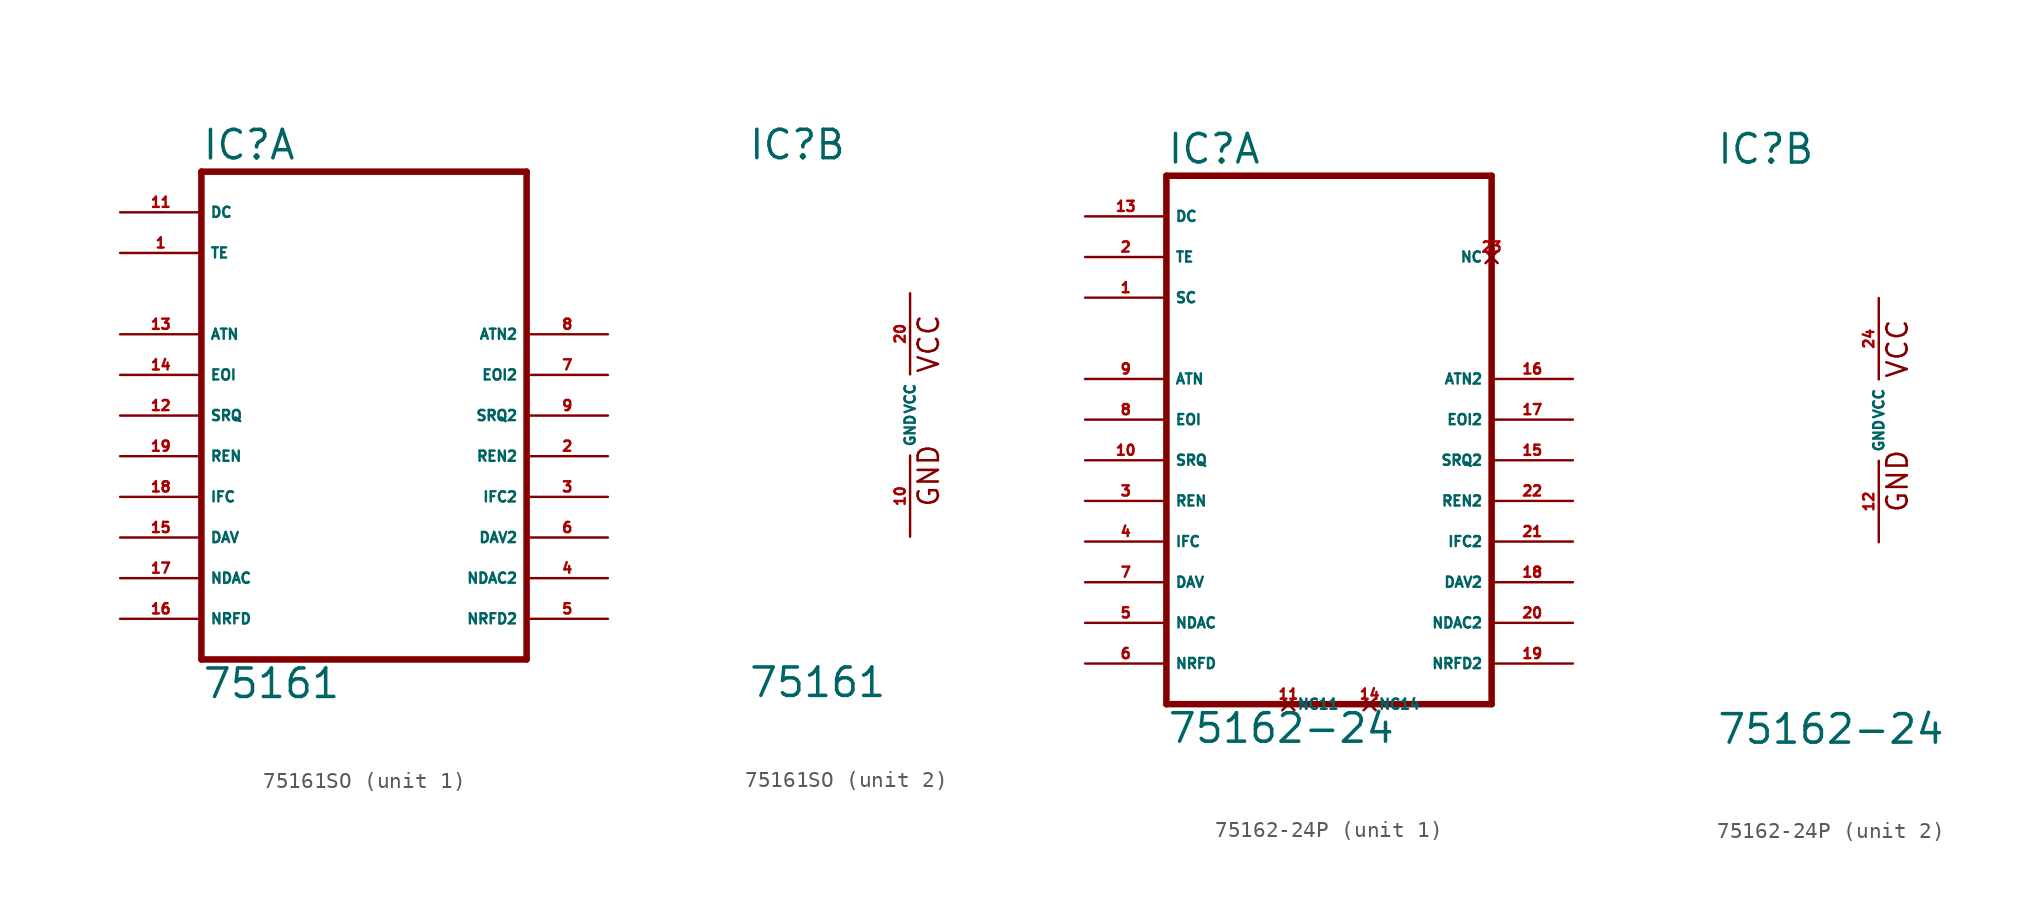
<source format=kicad_sym>
(kicad_symbol_lib
  (version 20220914)
  (generator Eagle2Kicad)
  (symbol "75161SO"
    (property "Reference" "IC"
      (at -10.16 15.875 0)
      (effects (font (size 1.778 1.778) (thickness 0.22)) (justify left bottom)))
    (property "Value" "75161"
      (at -10.16 -17.78 0)
      (effects (font (size 1.778 1.778) (thickness 0.22)) (justify left bottom)))
    (symbol "75161SO_1_0"
      (polyline (pts (xy -10.16 -15.24) (xy 10.16 -15.24)) (stroke (width 0.406) (type default)) (fill (type none)))
      (polyline (pts (xy 10.16 15.24) (xy 10.16 -15.24)) (stroke (width 0.406) (type default)) (fill (type none)))
      (polyline (pts (xy 10.16 15.24) (xy -10.16 15.24)) (stroke (width 0.406) (type default)) (fill (type none)))
      (polyline (pts (xy -10.16 -15.24) (xy -10.16 15.24)) (stroke (width 0.406) (type default)) (fill (type none)))
      (pin input line (at -15.24 12.7 0) (length 5.08) (name "DC" (effects (font (size 0.635 0.635) (thickness 0.08)) (justify left bottom))) (number "11" (effects (font (size 0.635 0.635) (thickness 0.08)) (justify left bottom))))
      (pin input line (at -15.24 10.16 0) (length 5.08) (name "TE" (effects (font (size 0.635 0.635) (thickness 0.08)) (justify left bottom))) (number "1" (effects (font (size 0.635 0.635) (thickness 0.08)) (justify left bottom))))
      (pin bidirectional line (at -15.24 5.08 0) (length 5.08) (name "ATN" (effects (font (size 0.635 0.635) (thickness 0.08)) (justify left bottom))) (number "13" (effects (font (size 0.635 0.635) (thickness 0.08)) (justify left bottom))))
      (pin bidirectional line (at -15.24 2.54 0) (length 5.08) (name "EOI" (effects (font (size 0.635 0.635) (thickness 0.08)) (justify left bottom))) (number "14" (effects (font (size 0.635 0.635) (thickness 0.08)) (justify left bottom))))
      (pin bidirectional line (at -15.24 0 0) (length 5.08) (name "SRQ" (effects (font (size 0.635 0.635) (thickness 0.08)) (justify left bottom))) (number "12" (effects (font (size 0.635 0.635) (thickness 0.08)) (justify left bottom))))
      (pin bidirectional line (at -15.24 -2.54 0) (length 5.08) (name "REN" (effects (font (size 0.635 0.635) (thickness 0.08)) (justify left bottom))) (number "19" (effects (font (size 0.635 0.635) (thickness 0.08)) (justify left bottom))))
      (pin bidirectional line (at -15.24 -5.08 0) (length 5.08) (name "IFC" (effects (font (size 0.635 0.635) (thickness 0.08)) (justify left bottom))) (number "18" (effects (font (size 0.635 0.635) (thickness 0.08)) (justify left bottom))))
      (pin bidirectional line (at -15.24 -7.62 0) (length 5.08) (name "DAV" (effects (font (size 0.635 0.635) (thickness 0.08)) (justify left bottom))) (number "15" (effects (font (size 0.635 0.635) (thickness 0.08)) (justify left bottom))))
      (pin bidirectional line (at -15.24 -10.16 0) (length 5.08) (name "NDAC" (effects (font (size 0.635 0.635) (thickness 0.08)) (justify left bottom))) (number "17" (effects (font (size 0.635 0.635) (thickness 0.08)) (justify left bottom))))
      (pin bidirectional line (at -15.24 -12.7 0) (length 5.08) (name "NRFD" (effects (font (size 0.635 0.635) (thickness 0.08)) (justify left bottom))) (number "16" (effects (font (size 0.635 0.635) (thickness 0.08)) (justify left bottom))))
      (pin bidirectional line (at 15.24 5.08 180) (length 5.08) (name "ATN2" (effects (font (size 0.635 0.635) (thickness 0.08)) (justify left bottom))) (number "8" (effects (font (size 0.635 0.635) (thickness 0.08)) (justify left bottom))))
      (pin bidirectional line (at 15.24 2.54 180) (length 5.08) (name "EOI2" (effects (font (size 0.635 0.635) (thickness 0.08)) (justify left bottom))) (number "7" (effects (font (size 0.635 0.635) (thickness 0.08)) (justify left bottom))))
      (pin bidirectional line (at 15.24 0 180) (length 5.08) (name "SRQ2" (effects (font (size 0.635 0.635) (thickness 0.08)) (justify left bottom))) (number "9" (effects (font (size 0.635 0.635) (thickness 0.08)) (justify left bottom))))
      (pin bidirectional line (at 15.24 -2.54 180) (length 5.08) (name "REN2" (effects (font (size 0.635 0.635) (thickness 0.08)) (justify left bottom))) (number "2" (effects (font (size 0.635 0.635) (thickness 0.08)) (justify left bottom))))
      (pin bidirectional line (at 15.24 -5.08 180) (length 5.08) (name "IFC2" (effects (font (size 0.635 0.635) (thickness 0.08)) (justify left bottom))) (number "3" (effects (font (size 0.635 0.635) (thickness 0.08)) (justify left bottom))))
      (pin bidirectional line (at 15.24 -7.62 180) (length 5.08) (name "DAV2" (effects (font (size 0.635 0.635) (thickness 0.08)) (justify left bottom))) (number "6" (effects (font (size 0.635 0.635) (thickness 0.08)) (justify left bottom))))
      (pin bidirectional line (at 15.24 -10.16 180) (length 5.08) (name "NDAC2" (effects (font (size 0.635 0.635) (thickness 0.08)) (justify left bottom))) (number "4" (effects (font (size 0.635 0.635) (thickness 0.08)) (justify left bottom))))
      (pin bidirectional line (at 15.24 -12.7 180) (length 5.08) (name "NRFD2" (effects (font (size 0.635 0.635) (thickness 0.08)) (justify left bottom))) (number "5" (effects (font (size 0.635 0.635) (thickness 0.08)) (justify left bottom)))))
    (symbol "75161SO_2_0"
      (text "GND" (at 1.905 -5.842 900) (effects (font (size 1.27 1.27) (thickness 0.16)) (justify left bottom)))
      (text "VCC" (at 1.905 2.54 900) (effects (font (size 1.27 1.27) (thickness 0.16)) (justify left bottom)))
      (pin unspecified line (at 0 -7.62 90) (length 5.08) (name "GND" (effects (font (size 0.635 0.635) (thickness 0.08)) (justify left bottom))) (number "10" (effects (font (size 0.635 0.635) (thickness 0.08)) (justify left bottom))))
      (pin unspecified line (at 0 7.62 270) (length 5.08) (name "VCC" (effects (font (size 0.635 0.635) (thickness 0.08)) (justify left bottom))) (number "20" (effects (font (size 0.635 0.635) (thickness 0.08)) (justify left bottom))))))
  (symbol "75162-24P"
    (property "Reference" "IC"
      (at -10.16 15.875 0)
      (effects (font (size 1.778 1.778) (thickness 0.22)) (justify left bottom)))
    (property "Value" "75162-24"
      (at -10.16 -20.32 0)
      (effects (font (size 1.778 1.778) (thickness 0.22)) (justify left bottom)))
    (symbol "75162-24P_1_0"
      (polyline (pts (xy -10.16 -17.78) (xy 10.16 -17.78)) (stroke (width 0.406) (type default)) (fill (type none)))
      (polyline (pts (xy 10.16 15.24) (xy 10.16 -17.78)) (stroke (width 0.406) (type default)) (fill (type none)))
      (polyline (pts (xy 10.16 15.24) (xy -10.16 15.24)) (stroke (width 0.406) (type default)) (fill (type none)))
      (polyline (pts (xy -10.16 -17.78) (xy -10.16 15.24)) (stroke (width 0.406) (type default)) (fill (type none)))
      (pin input line (at -15.24 12.7 0) (length 5.08) (name "DC" (effects (font (size 0.635 0.635) (thickness 0.08)) (justify left bottom))) (number "13" (effects (font (size 0.635 0.635) (thickness 0.08)) (justify left bottom))))
      (pin input line (at -15.24 10.16 0) (length 5.08) (name "TE" (effects (font (size 0.635 0.635) (thickness 0.08)) (justify left bottom))) (number "2" (effects (font (size 0.635 0.635) (thickness 0.08)) (justify left bottom))))
      (pin bidirectional line (at -15.24 2.54 0) (length 5.08) (name "ATN" (effects (font (size 0.635 0.635) (thickness 0.08)) (justify left bottom))) (number "9" (effects (font (size 0.635 0.635) (thickness 0.08)) (justify left bottom))))
      (pin bidirectional line (at -15.24 0 0) (length 5.08) (name "EOI" (effects (font (size 0.635 0.635) (thickness 0.08)) (justify left bottom))) (number "8" (effects (font (size 0.635 0.635) (thickness 0.08)) (justify left bottom))))
      (pin bidirectional line (at -15.24 -2.54 0) (length 5.08) (name "SRQ" (effects (font (size 0.635 0.635) (thickness 0.08)) (justify left bottom))) (number "10" (effects (font (size 0.635 0.635) (thickness 0.08)) (justify left bottom))))
      (pin bidirectional line (at -15.24 -5.08 0) (length 5.08) (name "REN" (effects (font (size 0.635 0.635) (thickness 0.08)) (justify left bottom))) (number "3" (effects (font (size 0.635 0.635) (thickness 0.08)) (justify left bottom))))
      (pin bidirectional line (at -15.24 -7.62 0) (length 5.08) (name "IFC" (effects (font (size 0.635 0.635) (thickness 0.08)) (justify left bottom))) (number "4" (effects (font (size 0.635 0.635) (thickness 0.08)) (justify left bottom))))
      (pin bidirectional line (at -15.24 -10.16 0) (length 5.08) (name "DAV" (effects (font (size 0.635 0.635) (thickness 0.08)) (justify left bottom))) (number "7" (effects (font (size 0.635 0.635) (thickness 0.08)) (justify left bottom))))
      (pin bidirectional line (at -15.24 -12.7 0) (length 5.08) (name "NDAC" (effects (font (size 0.635 0.635) (thickness 0.08)) (justify left bottom))) (number "5" (effects (font (size 0.635 0.635) (thickness 0.08)) (justify left bottom))))
      (pin bidirectional line (at -15.24 -15.24 0) (length 5.08) (name "NRFD" (effects (font (size 0.635 0.635) (thickness 0.08)) (justify left bottom))) (number "6" (effects (font (size 0.635 0.635) (thickness 0.08)) (justify left bottom))))
      (pin bidirectional line (at 15.24 2.54 180) (length 5.08) (name "ATN2" (effects (font (size 0.635 0.635) (thickness 0.08)) (justify left bottom))) (number "16" (effects (font (size 0.635 0.635) (thickness 0.08)) (justify left bottom))))
      (pin bidirectional line (at 15.24 0 180) (length 5.08) (name "EOI2" (effects (font (size 0.635 0.635) (thickness 0.08)) (justify left bottom))) (number "17" (effects (font (size 0.635 0.635) (thickness 0.08)) (justify left bottom))))
      (pin bidirectional line (at 15.24 -2.54 180) (length 5.08) (name "SRQ2" (effects (font (size 0.635 0.635) (thickness 0.08)) (justify left bottom))) (number "15" (effects (font (size 0.635 0.635) (thickness 0.08)) (justify left bottom))))
      (pin bidirectional line (at 15.24 -5.08 180) (length 5.08) (name "REN2" (effects (font (size 0.635 0.635) (thickness 0.08)) (justify left bottom))) (number "22" (effects (font (size 0.635 0.635) (thickness 0.08)) (justify left bottom))))
      (pin bidirectional line (at 15.24 -7.62 180) (length 5.08) (name "IFC2" (effects (font (size 0.635 0.635) (thickness 0.08)) (justify left bottom))) (number "21" (effects (font (size 0.635 0.635) (thickness 0.08)) (justify left bottom))))
      (pin bidirectional line (at 15.24 -10.16 180) (length 5.08) (name "DAV2" (effects (font (size 0.635 0.635) (thickness 0.08)) (justify left bottom))) (number "18" (effects (font (size 0.635 0.635) (thickness 0.08)) (justify left bottom))))
      (pin bidirectional line (at 15.24 -12.7 180) (length 5.08) (name "NDAC2" (effects (font (size 0.635 0.635) (thickness 0.08)) (justify left bottom))) (number "20" (effects (font (size 0.635 0.635) (thickness 0.08)) (justify left bottom))))
      (pin bidirectional line (at 15.24 -15.24 180) (length 5.08) (name "NRFD2" (effects (font (size 0.635 0.635) (thickness 0.08)) (justify left bottom))) (number "19" (effects (font (size 0.635 0.635) (thickness 0.08)) (justify left bottom))))
      (pin input line (at -15.24 7.62 0) (length 5.08) (name "SC" (effects (font (size 0.635 0.635) (thickness 0.08)) (justify left bottom))) (number "1" (effects (font (size 0.635 0.635) (thickness 0.08)) (justify left bottom))))
      (pin no_connect line (at 10.16 10.16 180) (length 0) (name "NC" (effects (font (size 0.635 0.635) (thickness 0.08)) (justify left bottom) hide)) (number "23" (effects (font (size 0.635 0.635) (thickness 0.08)) (justify left bottom) hide)))
      (pin no_connect line (at -2.54 -17.78 0) (length 0) (name "NC11" (effects (font (size 0.635 0.635) (thickness 0.08)) (justify left bottom) hide)) (number "11" (effects (font (size 0.635 0.635) (thickness 0.08)) (justify left bottom) hide)))
      (pin no_connect line (at 2.54 -17.78 0) (length 0) (name "NC14" (effects (font (size 0.635 0.635) (thickness 0.08)) (justify left bottom) hide)) (number "14" (effects (font (size 0.635 0.635) (thickness 0.08)) (justify left bottom) hide))))
    (symbol "75162-24P_2_0"
      (text "GND" (at 1.905 -5.842 900) (effects (font (size 1.27 1.27) (thickness 0.16)) (justify left bottom)))
      (text "VCC" (at 1.905 2.54 900) (effects (font (size 1.27 1.27) (thickness 0.16)) (justify left bottom)))
      (pin unspecified line (at 0 -7.62 90) (length 5.08) (name "GND" (effects (font (size 0.635 0.635) (thickness 0.08)) (justify left bottom))) (number "12" (effects (font (size 0.635 0.635) (thickness 0.08)) (justify left bottom))))
      (pin unspecified line (at 0 7.62 270) (length 5.08) (name "VCC" (effects (font (size 0.635 0.635) (thickness 0.08)) (justify left bottom))) (number "24" (effects (font (size 0.635 0.635) (thickness 0.08)) (justify left bottom)))))))
</source>
